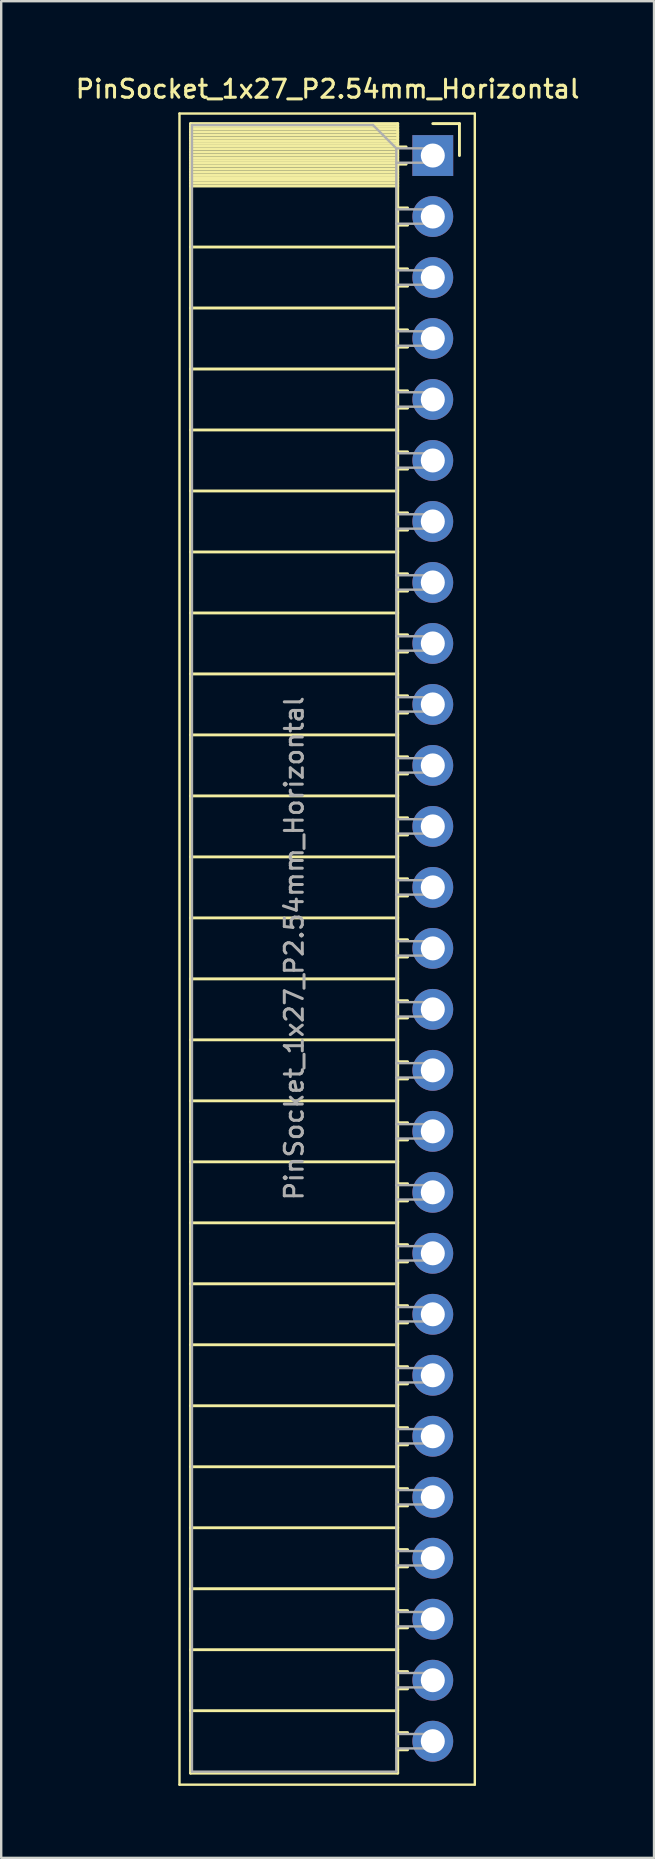
<source format=kicad_pcb>
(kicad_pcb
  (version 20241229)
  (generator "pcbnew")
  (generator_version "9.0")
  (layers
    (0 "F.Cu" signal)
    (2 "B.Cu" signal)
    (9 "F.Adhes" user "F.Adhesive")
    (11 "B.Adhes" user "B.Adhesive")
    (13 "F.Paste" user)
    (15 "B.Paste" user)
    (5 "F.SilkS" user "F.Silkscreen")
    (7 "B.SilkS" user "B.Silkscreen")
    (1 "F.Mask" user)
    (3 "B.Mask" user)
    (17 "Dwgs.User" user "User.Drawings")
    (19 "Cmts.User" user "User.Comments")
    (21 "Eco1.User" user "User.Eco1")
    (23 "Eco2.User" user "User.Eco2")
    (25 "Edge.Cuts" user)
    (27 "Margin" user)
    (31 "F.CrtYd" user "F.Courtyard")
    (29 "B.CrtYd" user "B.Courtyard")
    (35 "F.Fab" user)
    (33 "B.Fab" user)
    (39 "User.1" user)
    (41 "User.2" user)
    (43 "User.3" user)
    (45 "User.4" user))
  (footprint "PinSocket_1x27_P2.54mm_Horizontal"
    (layer "F.Cu")
    (at 14.975 3.428)
    (property "Reference" "PinSocket_1x27_P2.54mm_Horizontal" (at -4.38 -2.77 0) (layer "F.SilkS") (effects (font (size 0.75 0.75) (thickness 0.125))))
    (attr through_hole)
    (fp_line (start -10.55 -1.75) (end -10.55 67.85) (stroke (width 0.1) (type solid)) (layer "F.SilkS"))
    (fp_line (start -10.55 67.85) (end 1.75 67.85) (stroke (width 0.1) (type solid)) (layer "F.SilkS"))
    (fp_line (start -10.09 -1.33) (end -10.09 67.37) (stroke (width 0.12) (type solid)) (layer "F.SilkS"))
    (fp_line (start -10.09 -1.33) (end -1.46 -1.33) (stroke (width 0.12) (type solid)) (layer "F.SilkS"))
    (fp_line (start -10.09 -1.21) (end -1.46 -1.21) (stroke (width 0.12) (type solid)) (layer "F.SilkS"))
    (fp_line (start -10.09 -1.092) (end -1.46 -1.092) (stroke (width 0.12) (type solid)) (layer "F.SilkS"))
    (fp_line (start -10.09 -0.974) (end -1.46 -0.974) (stroke (width 0.12) (type solid)) (layer "F.SilkS"))
    (fp_line (start -10.09 -0.856) (end -1.46 -0.856) (stroke (width 0.12) (type solid)) (layer "F.SilkS"))
    (fp_line (start -10.09 -0.738) (end -1.46 -0.738) (stroke (width 0.12) (type solid)) (layer "F.SilkS"))
    (fp_line (start -10.09 -0.62) (end -1.46 -0.62) (stroke (width 0.12) (type solid)) (layer "F.SilkS"))
    (fp_line (start -10.09 -0.501) (end -1.46 -0.501) (stroke (width 0.12) (type solid)) (layer "F.SilkS"))
    (fp_line (start -10.09 -0.383) (end -1.46 -0.383) (stroke (width 0.12) (type solid)) (layer "F.SilkS"))
    (fp_line (start -10.09 -0.265) (end -1.46 -0.265) (stroke (width 0.12) (type solid)) (layer "F.SilkS"))
    (fp_line (start -10.09 -0.147) (end -1.46 -0.147) (stroke (width 0.12) (type solid)) (layer "F.SilkS"))
    (fp_line (start -10.09 -0.029) (end -1.46 -0.029) (stroke (width 0.12) (type solid)) (layer "F.SilkS"))
    (fp_line (start -10.09 0.089) (end -1.46 0.089) (stroke (width 0.12) (type solid)) (layer "F.SilkS"))
    (fp_line (start -10.09 0.207) (end -1.46 0.207) (stroke (width 0.12) (type solid)) (layer "F.SilkS"))
    (fp_line (start -10.09 0.325) (end -1.46 0.325) (stroke (width 0.12) (type solid)) (layer "F.SilkS"))
    (fp_line (start -10.09 0.443) (end -1.46 0.443) (stroke (width 0.12) (type solid)) (layer "F.SilkS"))
    (fp_line (start -10.09 0.561) (end -1.46 0.561) (stroke (width 0.12) (type solid)) (layer "F.SilkS"))
    (fp_line (start -10.09 0.68) (end -1.46 0.68) (stroke (width 0.12) (type solid)) (layer "F.SilkS"))
    (fp_line (start -10.09 0.798) (end -1.46 0.798) (stroke (width 0.12) (type solid)) (layer "F.SilkS"))
    (fp_line (start -10.09 0.916) (end -1.46 0.916) (stroke (width 0.12) (type solid)) (layer "F.SilkS"))
    (fp_line (start -10.09 1.034) (end -1.46 1.034) (stroke (width 0.12) (type solid)) (layer "F.SilkS"))
    (fp_line (start -10.09 1.152) (end -1.46 1.152) (stroke (width 0.12) (type solid)) (layer "F.SilkS"))
    (fp_line (start -10.09 1.27) (end -1.46 1.27) (stroke (width 0.12) (type solid)) (layer "F.SilkS"))
    (fp_line (start -10.09 3.81) (end -1.46 3.81) (stroke (width 0.12) (type solid)) (layer "F.SilkS"))
    (fp_line (start -10.09 6.35) (end -1.46 6.35) (stroke (width 0.12) (type solid)) (layer "F.SilkS"))
    (fp_line (start -10.09 8.89) (end -1.46 8.89) (stroke (width 0.12) (type solid)) (layer "F.SilkS"))
    (fp_line (start -10.09 11.43) (end -1.46 11.43) (stroke (width 0.12) (type solid)) (layer "F.SilkS"))
    (fp_line (start -10.09 13.97) (end -1.46 13.97) (stroke (width 0.12) (type solid)) (layer "F.SilkS"))
    (fp_line (start -10.09 16.51) (end -1.46 16.51) (stroke (width 0.12) (type solid)) (layer "F.SilkS"))
    (fp_line (start -10.09 19.05) (end -1.46 19.05) (stroke (width 0.12) (type solid)) (layer "F.SilkS"))
    (fp_line (start -10.09 21.59) (end -1.46 21.59) (stroke (width 0.12) (type solid)) (layer "F.SilkS"))
    (fp_line (start -10.09 24.13) (end -1.46 24.13) (stroke (width 0.12) (type solid)) (layer "F.SilkS"))
    (fp_line (start -10.09 26.67) (end -1.46 26.67) (stroke (width 0.12) (type solid)) (layer "F.SilkS"))
    (fp_line (start -10.09 29.21) (end -1.46 29.21) (stroke (width 0.12) (type solid)) (layer "F.SilkS"))
    (fp_line (start -10.09 31.75) (end -1.46 31.75) (stroke (width 0.12) (type solid)) (layer "F.SilkS"))
    (fp_line (start -10.09 34.29) (end -1.46 34.29) (stroke (width 0.12) (type solid)) (layer "F.SilkS"))
    (fp_line (start -10.09 36.83) (end -1.46 36.83) (stroke (width 0.12) (type solid)) (layer "F.SilkS"))
    (fp_line (start -10.09 39.37) (end -1.46 39.37) (stroke (width 0.12) (type solid)) (layer "F.SilkS"))
    (fp_line (start -10.09 41.91) (end -1.46 41.91) (stroke (width 0.12) (type solid)) (layer "F.SilkS"))
    (fp_line (start -10.09 44.45) (end -1.46 44.45) (stroke (width 0.12) (type solid)) (layer "F.SilkS"))
    (fp_line (start -10.09 46.99) (end -1.46 46.99) (stroke (width 0.12) (type solid)) (layer "F.SilkS"))
    (fp_line (start -10.09 49.53) (end -1.46 49.53) (stroke (width 0.12) (type solid)) (layer "F.SilkS"))
    (fp_line (start -10.09 52.07) (end -1.46 52.07) (stroke (width 0.12) (type solid)) (layer "F.SilkS"))
    (fp_line (start -10.09 54.61) (end -1.46 54.61) (stroke (width 0.12) (type solid)) (layer "F.SilkS"))
    (fp_line (start -10.09 57.15) (end -1.46 57.15) (stroke (width 0.12) (type solid)) (layer "F.SilkS"))
    (fp_line (start -10.09 59.69) (end -1.46 59.69) (stroke (width 0.12) (type solid)) (layer "F.SilkS"))
    (fp_line (start -10.09 62.23) (end -1.46 62.23) (stroke (width 0.12) (type solid)) (layer "F.SilkS"))
    (fp_line (start -10.09 64.77) (end -1.46 64.77) (stroke (width 0.12) (type solid)) (layer "F.SilkS"))
    (fp_line (start -10.09 67.37) (end -1.46 67.37) (stroke (width 0.12) (type solid)) (layer "F.SilkS"))
    (fp_line (start -1.46 -1.33) (end -1.46 67.37) (stroke (width 0.12) (type solid)) (layer "F.SilkS"))
    (fp_line (start -1.46 -0.36) (end -1.11 -0.36) (stroke (width 0.12) (type solid)) (layer "F.SilkS"))
    (fp_line (start -1.46 0.36) (end -1.11 0.36) (stroke (width 0.12) (type solid)) (layer "F.SilkS"))
    (fp_line (start -1.46 2.18) (end -1.05 2.18) (stroke (width 0.12) (type solid)) (layer "F.SilkS"))
    (fp_line (start -1.46 2.9) (end -1.05 2.9) (stroke (width 0.12) (type solid)) (layer "F.SilkS"))
    (fp_line (start -1.46 4.72) (end -1.05 4.72) (stroke (width 0.12) (type solid)) (layer "F.SilkS"))
    (fp_line (start -1.46 5.44) (end -1.05 5.44) (stroke (width 0.12) (type solid)) (layer "F.SilkS"))
    (fp_line (start -1.46 7.26) (end -1.05 7.26) (stroke (width 0.12) (type solid)) (layer "F.SilkS"))
    (fp_line (start -1.46 7.98) (end -1.05 7.98) (stroke (width 0.12) (type solid)) (layer "F.SilkS"))
    (fp_line (start -1.46 9.8) (end -1.05 9.8) (stroke (width 0.12) (type solid)) (layer "F.SilkS"))
    (fp_line (start -1.46 10.52) (end -1.05 10.52) (stroke (width 0.12) (type solid)) (layer "F.SilkS"))
    (fp_line (start -1.46 12.34) (end -1.05 12.34) (stroke (width 0.12) (type solid)) (layer "F.SilkS"))
    (fp_line (start -1.46 13.06) (end -1.05 13.06) (stroke (width 0.12) (type solid)) (layer "F.SilkS"))
    (fp_line (start -1.46 14.88) (end -1.05 14.88) (stroke (width 0.12) (type solid)) (layer "F.SilkS"))
    (fp_line (start -1.46 15.6) (end -1.05 15.6) (stroke (width 0.12) (type solid)) (layer "F.SilkS"))
    (fp_line (start -1.46 17.42) (end -1.05 17.42) (stroke (width 0.12) (type solid)) (layer "F.SilkS"))
    (fp_line (start -1.46 18.14) (end -1.05 18.14) (stroke (width 0.12) (type solid)) (layer "F.SilkS"))
    (fp_line (start -1.46 19.96) (end -1.05 19.96) (stroke (width 0.12) (type solid)) (layer "F.SilkS"))
    (fp_line (start -1.46 20.68) (end -1.05 20.68) (stroke (width 0.12) (type solid)) (layer "F.SilkS"))
    (fp_line (start -1.46 22.5) (end -1.05 22.5) (stroke (width 0.12) (type solid)) (layer "F.SilkS"))
    (fp_line (start -1.46 23.22) (end -1.05 23.22) (stroke (width 0.12) (type solid)) (layer "F.SilkS"))
    (fp_line (start -1.46 25.04) (end -1.05 25.04) (stroke (width 0.12) (type solid)) (layer "F.SilkS"))
    (fp_line (start -1.46 25.76) (end -1.05 25.76) (stroke (width 0.12) (type solid)) (layer "F.SilkS"))
    (fp_line (start -1.46 27.58) (end -1.05 27.58) (stroke (width 0.12) (type solid)) (layer "F.SilkS"))
    (fp_line (start -1.46 28.3) (end -1.05 28.3) (stroke (width 0.12) (type solid)) (layer "F.SilkS"))
    (fp_line (start -1.46 30.12) (end -1.05 30.12) (stroke (width 0.12) (type solid)) (layer "F.SilkS"))
    (fp_line (start -1.46 30.84) (end -1.05 30.84) (stroke (width 0.12) (type solid)) (layer "F.SilkS"))
    (fp_line (start -1.46 32.66) (end -1.05 32.66) (stroke (width 0.12) (type solid)) (layer "F.SilkS"))
    (fp_line (start -1.46 33.38) (end -1.05 33.38) (stroke (width 0.12) (type solid)) (layer "F.SilkS"))
    (fp_line (start -1.46 35.2) (end -1.05 35.2) (stroke (width 0.12) (type solid)) (layer "F.SilkS"))
    (fp_line (start -1.46 35.92) (end -1.05 35.92) (stroke (width 0.12) (type solid)) (layer "F.SilkS"))
    (fp_line (start -1.46 37.74) (end -1.05 37.74) (stroke (width 0.12) (type solid)) (layer "F.SilkS"))
    (fp_line (start -1.46 38.46) (end -1.05 38.46) (stroke (width 0.12) (type solid)) (layer "F.SilkS"))
    (fp_line (start -1.46 40.28) (end -1.05 40.28) (stroke (width 0.12) (type solid)) (layer "F.SilkS"))
    (fp_line (start -1.46 41) (end -1.05 41) (stroke (width 0.12) (type solid)) (layer "F.SilkS"))
    (fp_line (start -1.46 42.82) (end -1.05 42.82) (stroke (width 0.12) (type solid)) (layer "F.SilkS"))
    (fp_line (start -1.46 43.54) (end -1.05 43.54) (stroke (width 0.12) (type solid)) (layer "F.SilkS"))
    (fp_line (start -1.46 45.36) (end -1.05 45.36) (stroke (width 0.12) (type solid)) (layer "F.SilkS"))
    (fp_line (start -1.46 46.08) (end -1.05 46.08) (stroke (width 0.12) (type solid)) (layer "F.SilkS"))
    (fp_line (start -1.46 47.9) (end -1.05 47.9) (stroke (width 0.12) (type solid)) (layer "F.SilkS"))
    (fp_line (start -1.46 48.62) (end -1.05 48.62) (stroke (width 0.12) (type solid)) (layer "F.SilkS"))
    (fp_line (start -1.46 50.44) (end -1.05 50.44) (stroke (width 0.12) (type solid)) (layer "F.SilkS"))
    (fp_line (start -1.46 51.16) (end -1.05 51.16) (stroke (width 0.12) (type solid)) (layer "F.SilkS"))
    (fp_line (start -1.46 52.98) (end -1.05 52.98) (stroke (width 0.12) (type solid)) (layer "F.SilkS"))
    (fp_line (start -1.46 53.7) (end -1.05 53.7) (stroke (width 0.12) (type solid)) (layer "F.SilkS"))
    (fp_line (start -1.46 55.52) (end -1.05 55.52) (stroke (width 0.12) (type solid)) (layer "F.SilkS"))
    (fp_line (start -1.46 56.24) (end -1.05 56.24) (stroke (width 0.12) (type solid)) (layer "F.SilkS"))
    (fp_line (start -1.46 58.06) (end -1.05 58.06) (stroke (width 0.12) (type solid)) (layer "F.SilkS"))
    (fp_line (start -1.46 58.78) (end -1.05 58.78) (stroke (width 0.12) (type solid)) (layer "F.SilkS"))
    (fp_line (start -1.46 60.6) (end -1.05 60.6) (stroke (width 0.12) (type solid)) (layer "F.SilkS"))
    (fp_line (start -1.46 61.32) (end -1.05 61.32) (stroke (width 0.12) (type solid)) (layer "F.SilkS"))
    (fp_line (start -1.46 63.14) (end -1.05 63.14) (stroke (width 0.12) (type solid)) (layer "F.SilkS"))
    (fp_line (start -1.46 63.86) (end -1.05 63.86) (stroke (width 0.12) (type solid)) (layer "F.SilkS"))
    (fp_line (start -1.46 65.68) (end -1.05 65.68) (stroke (width 0.12) (type solid)) (layer "F.SilkS"))
    (fp_line (start -1.46 66.4) (end -1.05 66.4) (stroke (width 0.12) (type solid)) (layer "F.SilkS"))
    (fp_line (start 0 -1.33) (end 1.11 -1.33) (stroke (width 0.12) (type solid)) (layer "F.SilkS"))
    (fp_line (start 1.11 -1.33) (end 1.11 0) (stroke (width 0.12) (type solid)) (layer "F.SilkS"))
    (fp_line (start 1.75 -1.75) (end -10.55 -1.75) (stroke (width 0.1) (type solid)) (layer "F.SilkS"))
    (fp_line (start 1.75 67.85) (end 1.75 -1.75) (stroke (width 0.1) (type solid)) (layer "F.SilkS"))
    (fp_line (start -10.03 -1.27) (end -2.49 -1.27) (stroke (width 0.1) (type solid)) (layer "F.Fab"))
    (fp_line (start -10.03 67.31) (end -10.03 -1.27) (stroke (width 0.1) (type solid)) (layer "F.Fab"))
    (fp_line (start -2.49 -1.27) (end -1.52 -0.3) (stroke (width 0.1) (type solid)) (layer "F.Fab"))
    (fp_line (start -1.52 -0.3) (end -1.52 67.31) (stroke (width 0.1) (type solid)) (layer "F.Fab"))
    (fp_line (start -1.52 0.3) (end 0 0.3) (stroke (width 0.1) (type solid)) (layer "F.Fab"))
    (fp_line (start -1.52 2.84) (end 0 2.84) (stroke (width 0.1) (type solid)) (layer "F.Fab"))
    (fp_line (start -1.52 5.38) (end 0 5.38) (stroke (width 0.1) (type solid)) (layer "F.Fab"))
    (fp_line (start -1.52 7.92) (end 0 7.92) (stroke (width 0.1) (type solid)) (layer "F.Fab"))
    (fp_line (start -1.52 10.46) (end 0 10.46) (stroke (width 0.1) (type solid)) (layer "F.Fab"))
    (fp_line (start -1.52 13) (end 0 13) (stroke (width 0.1) (type solid)) (layer "F.Fab"))
    (fp_line (start -1.52 15.54) (end 0 15.54) (stroke (width 0.1) (type solid)) (layer "F.Fab"))
    (fp_line (start -1.52 18.08) (end 0 18.08) (stroke (width 0.1) (type solid)) (layer "F.Fab"))
    (fp_line (start -1.52 20.62) (end 0 20.62) (stroke (width 0.1) (type solid)) (layer "F.Fab"))
    (fp_line (start -1.52 23.16) (end 0 23.16) (stroke (width 0.1) (type solid)) (layer "F.Fab"))
    (fp_line (start -1.52 25.7) (end 0 25.7) (stroke (width 0.1) (type solid)) (layer "F.Fab"))
    (fp_line (start -1.52 28.24) (end 0 28.24) (stroke (width 0.1) (type solid)) (layer "F.Fab"))
    (fp_line (start -1.52 30.78) (end 0 30.78) (stroke (width 0.1) (type solid)) (layer "F.Fab"))
    (fp_line (start -1.52 33.32) (end 0 33.32) (stroke (width 0.1) (type solid)) (layer "F.Fab"))
    (fp_line (start -1.52 35.86) (end 0 35.86) (stroke (width 0.1) (type solid)) (layer "F.Fab"))
    (fp_line (start -1.52 38.4) (end 0 38.4) (stroke (width 0.1) (type solid)) (layer "F.Fab"))
    (fp_line (start -1.52 40.94) (end 0 40.94) (stroke (width 0.1) (type solid)) (layer "F.Fab"))
    (fp_line (start -1.52 43.48) (end 0 43.48) (stroke (width 0.1) (type solid)) (layer "F.Fab"))
    (fp_line (start -1.52 46.02) (end 0 46.02) (stroke (width 0.1) (type solid)) (layer "F.Fab"))
    (fp_line (start -1.52 48.56) (end 0 48.56) (stroke (width 0.1) (type solid)) (layer "F.Fab"))
    (fp_line (start -1.52 51.1) (end 0 51.1) (stroke (width 0.1) (type solid)) (layer "F.Fab"))
    (fp_line (start -1.52 53.64) (end 0 53.64) (stroke (width 0.1) (type solid)) (layer "F.Fab"))
    (fp_line (start -1.52 56.18) (end 0 56.18) (stroke (width 0.1) (type solid)) (layer "F.Fab"))
    (fp_line (start -1.52 58.72) (end 0 58.72) (stroke (width 0.1) (type solid)) (layer "F.Fab"))
    (fp_line (start -1.52 61.26) (end 0 61.26) (stroke (width 0.1) (type solid)) (layer "F.Fab"))
    (fp_line (start -1.52 63.8) (end 0 63.8) (stroke (width 0.1) (type solid)) (layer "F.Fab"))
    (fp_line (start -1.52 66.34) (end 0 66.34) (stroke (width 0.1) (type solid)) (layer "F.Fab"))
    (fp_line (start -1.52 67.31) (end -10.03 67.31) (stroke (width 0.1) (type solid)) (layer "F.Fab"))
    (fp_line (start 0 -0.3) (end -1.52 -0.3) (stroke (width 0.1) (type solid)) (layer "F.Fab"))
    (fp_line (start 0 0.3) (end 0 -0.3) (stroke (width 0.1) (type solid)) (layer "F.Fab"))
    (fp_line (start 0 2.24) (end -1.52 2.24) (stroke (width 0.1) (type solid)) (layer "F.Fab"))
    (fp_line (start 0 2.84) (end 0 2.24) (stroke (width 0.1) (type solid)) (layer "F.Fab"))
    (fp_line (start 0 4.78) (end -1.52 4.78) (stroke (width 0.1) (type solid)) (layer "F.Fab"))
    (fp_line (start 0 5.38) (end 0 4.78) (stroke (width 0.1) (type solid)) (layer "F.Fab"))
    (fp_line (start 0 7.32) (end -1.52 7.32) (stroke (width 0.1) (type solid)) (layer "F.Fab"))
    (fp_line (start 0 7.92) (end 0 7.32) (stroke (width 0.1) (type solid)) (layer "F.Fab"))
    (fp_line (start 0 9.86) (end -1.52 9.86) (stroke (width 0.1) (type solid)) (layer "F.Fab"))
    (fp_line (start 0 10.46) (end 0 9.86) (stroke (width 0.1) (type solid)) (layer "F.Fab"))
    (fp_line (start 0 12.4) (end -1.52 12.4) (stroke (width 0.1) (type solid)) (layer "F.Fab"))
    (fp_line (start 0 13) (end 0 12.4) (stroke (width 0.1) (type solid)) (layer "F.Fab"))
    (fp_line (start 0 14.94) (end -1.52 14.94) (stroke (width 0.1) (type solid)) (layer "F.Fab"))
    (fp_line (start 0 15.54) (end 0 14.94) (stroke (width 0.1) (type solid)) (layer "F.Fab"))
    (fp_line (start 0 17.48) (end -1.52 17.48) (stroke (width 0.1) (type solid)) (layer "F.Fab"))
    (fp_line (start 0 18.08) (end 0 17.48) (stroke (width 0.1) (type solid)) (layer "F.Fab"))
    (fp_line (start 0 20.02) (end -1.52 20.02) (stroke (width 0.1) (type solid)) (layer "F.Fab"))
    (fp_line (start 0 20.62) (end 0 20.02) (stroke (width 0.1) (type solid)) (layer "F.Fab"))
    (fp_line (start 0 22.56) (end -1.52 22.56) (stroke (width 0.1) (type solid)) (layer "F.Fab"))
    (fp_line (start 0 23.16) (end 0 22.56) (stroke (width 0.1) (type solid)) (layer "F.Fab"))
    (fp_line (start 0 25.1) (end -1.52 25.1) (stroke (width 0.1) (type solid)) (layer "F.Fab"))
    (fp_line (start 0 25.7) (end 0 25.1) (stroke (width 0.1) (type solid)) (layer "F.Fab"))
    (fp_line (start 0 27.64) (end -1.52 27.64) (stroke (width 0.1) (type solid)) (layer "F.Fab"))
    (fp_line (start 0 28.24) (end 0 27.64) (stroke (width 0.1) (type solid)) (layer "F.Fab"))
    (fp_line (start 0 30.18) (end -1.52 30.18) (stroke (width 0.1) (type solid)) (layer "F.Fab"))
    (fp_line (start 0 30.78) (end 0 30.18) (stroke (width 0.1) (type solid)) (layer "F.Fab"))
    (fp_line (start 0 32.72) (end -1.52 32.72) (stroke (width 0.1) (type solid)) (layer "F.Fab"))
    (fp_line (start 0 33.32) (end 0 32.72) (stroke (width 0.1) (type solid)) (layer "F.Fab"))
    (fp_line (start 0 35.26) (end -1.52 35.26) (stroke (width 0.1) (type solid)) (layer "F.Fab"))
    (fp_line (start 0 35.86) (end 0 35.26) (stroke (width 0.1) (type solid)) (layer "F.Fab"))
    (fp_line (start 0 37.8) (end -1.52 37.8) (stroke (width 0.1) (type solid)) (layer "F.Fab"))
    (fp_line (start 0 38.4) (end 0 37.8) (stroke (width 0.1) (type solid)) (layer "F.Fab"))
    (fp_line (start 0 40.34) (end -1.52 40.34) (stroke (width 0.1) (type solid)) (layer "F.Fab"))
    (fp_line (start 0 40.94) (end 0 40.34) (stroke (width 0.1) (type solid)) (layer "F.Fab"))
    (fp_line (start 0 42.88) (end -1.52 42.88) (stroke (width 0.1) (type solid)) (layer "F.Fab"))
    (fp_line (start 0 43.48) (end 0 42.88) (stroke (width 0.1) (type solid)) (layer "F.Fab"))
    (fp_line (start 0 45.42) (end -1.52 45.42) (stroke (width 0.1) (type solid)) (layer "F.Fab"))
    (fp_line (start 0 46.02) (end 0 45.42) (stroke (width 0.1) (type solid)) (layer "F.Fab"))
    (fp_line (start 0 47.96) (end -1.52 47.96) (stroke (width 0.1) (type solid)) (layer "F.Fab"))
    (fp_line (start 0 48.56) (end 0 47.96) (stroke (width 0.1) (type solid)) (layer "F.Fab"))
    (fp_line (start 0 50.5) (end -1.52 50.5) (stroke (width 0.1) (type solid)) (layer "F.Fab"))
    (fp_line (start 0 51.1) (end 0 50.5) (stroke (width 0.1) (type solid)) (layer "F.Fab"))
    (fp_line (start 0 53.04) (end -1.52 53.04) (stroke (width 0.1) (type solid)) (layer "F.Fab"))
    (fp_line (start 0 53.64) (end 0 53.04) (stroke (width 0.1) (type solid)) (layer "F.Fab"))
    (fp_line (start 0 55.58) (end -1.52 55.58) (stroke (width 0.1) (type solid)) (layer "F.Fab"))
    (fp_line (start 0 56.18) (end 0 55.58) (stroke (width 0.1) (type solid)) (layer "F.Fab"))
    (fp_line (start 0 58.12) (end -1.52 58.12) (stroke (width 0.1) (type solid)) (layer "F.Fab"))
    (fp_line (start 0 58.72) (end 0 58.12) (stroke (width 0.1) (type solid)) (layer "F.Fab"))
    (fp_line (start 0 60.66) (end -1.52 60.66) (stroke (width 0.1) (type solid)) (layer "F.Fab"))
    (fp_line (start 0 61.26) (end 0 60.66) (stroke (width 0.1) (type solid)) (layer "F.Fab"))
    (fp_line (start 0 63.2) (end -1.52 63.2) (stroke (width 0.1) (type solid)) (layer "F.Fab"))
    (fp_line (start 0 63.8) (end 0 63.2) (stroke (width 0.1) (type solid)) (layer "F.Fab"))
    (fp_line (start 0 65.74) (end -1.52 65.74) (stroke (width 0.1) (type solid)) (layer "F.Fab"))
    (fp_line (start 0 66.34) (end 0 65.74) (stroke (width 0.1) (type solid)) (layer "F.Fab"))
    (fp_text user "${REFERENCE}" (at -5.775 33.02 90) (layer "F.Fab") (effects (font (size 0.75 0.75) (thickness 0.125))))
    (pad "1" thru_hole rect (at 0 0) (size 1.7 1.7) (drill 1) (layers "*.Cu" "*.Mask"))
    (pad "2" thru_hole oval (at 0 2.54) (size 1.7 1.7) (drill 1) (layers "*.Cu" "*.Mask"))
    (pad "3" thru_hole oval (at 0 5.08) (size 1.7 1.7) (drill 1) (layers "*.Cu" "*.Mask"))
    (pad "4" thru_hole oval (at 0 7.62) (size 1.7 1.7) (drill 1) (layers "*.Cu" "*.Mask"))
    (pad "5" thru_hole oval (at 0 10.16) (size 1.7 1.7) (drill 1) (layers "*.Cu" "*.Mask"))
    (pad "6" thru_hole oval (at 0 12.7) (size 1.7 1.7) (drill 1) (layers "*.Cu" "*.Mask"))
    (pad "7" thru_hole oval (at 0 15.24) (size 1.7 1.7) (drill 1) (layers "*.Cu" "*.Mask"))
    (pad "8" thru_hole oval (at 0 17.78) (size 1.7 1.7) (drill 1) (layers "*.Cu" "*.Mask"))
    (pad "9" thru_hole oval (at 0 20.32) (size 1.7 1.7) (drill 1) (layers "*.Cu" "*.Mask"))
    (pad "10" thru_hole oval (at 0 22.86) (size 1.7 1.7) (drill 1) (layers "*.Cu" "*.Mask"))
    (pad "11" thru_hole oval (at 0 25.4) (size 1.7 1.7) (drill 1) (layers "*.Cu" "*.Mask"))
    (pad "12" thru_hole oval (at 0 27.94) (size 1.7 1.7) (drill 1) (layers "*.Cu" "*.Mask"))
    (pad "13" thru_hole oval (at 0 30.48) (size 1.7 1.7) (drill 1) (layers "*.Cu" "*.Mask"))
    (pad "14" thru_hole oval (at 0 33.02) (size 1.7 1.7) (drill 1) (layers "*.Cu" "*.Mask"))
    (pad "15" thru_hole oval (at 0 35.56) (size 1.7 1.7) (drill 1) (layers "*.Cu" "*.Mask"))
    (pad "16" thru_hole oval (at 0 38.1) (size 1.7 1.7) (drill 1) (layers "*.Cu" "*.Mask"))
    (pad "17" thru_hole oval (at 0 40.64) (size 1.7 1.7) (drill 1) (layers "*.Cu" "*.Mask"))
    (pad "18" thru_hole oval (at 0 43.18) (size 1.7 1.7) (drill 1) (layers "*.Cu" "*.Mask"))
    (pad "19" thru_hole oval (at 0 45.72) (size 1.7 1.7) (drill 1) (layers "*.Cu" "*.Mask"))
    (pad "20" thru_hole oval (at 0 48.26) (size 1.7 1.7) (drill 1) (layers "*.Cu" "*.Mask"))
    (pad "21" thru_hole oval (at 0 50.8) (size 1.7 1.7) (drill 1) (layers "*.Cu" "*.Mask"))
    (pad "22" thru_hole oval (at 0 53.34) (size 1.7 1.7) (drill 1) (layers "*.Cu" "*.Mask"))
    (pad "23" thru_hole oval (at 0 55.88) (size 1.7 1.7) (drill 1) (layers "*.Cu" "*.Mask"))
    (pad "24" thru_hole oval (at 0 58.42) (size 1.7 1.7) (drill 1) (layers "*.Cu" "*.Mask"))
    (pad "25" thru_hole oval (at 0 60.96) (size 1.7 1.7) (drill 1) (layers "*.Cu" "*.Mask"))
    (pad "26" thru_hole oval (at 0 63.5) (size 1.7 1.7) (drill 1) (layers "*.Cu" "*.Mask"))
    (pad "27" thru_hole oval (at 0 66.04) (size 1.7 1.7) (drill 1) (layers "*.Cu" "*.Mask")))
  (gr_rect
    (start -3 -3)
    (end 24.189 74.328)
    (stroke (width 0.1) (type default))
    (fill no)
    (layer "Edge.Cuts")))
</source>
